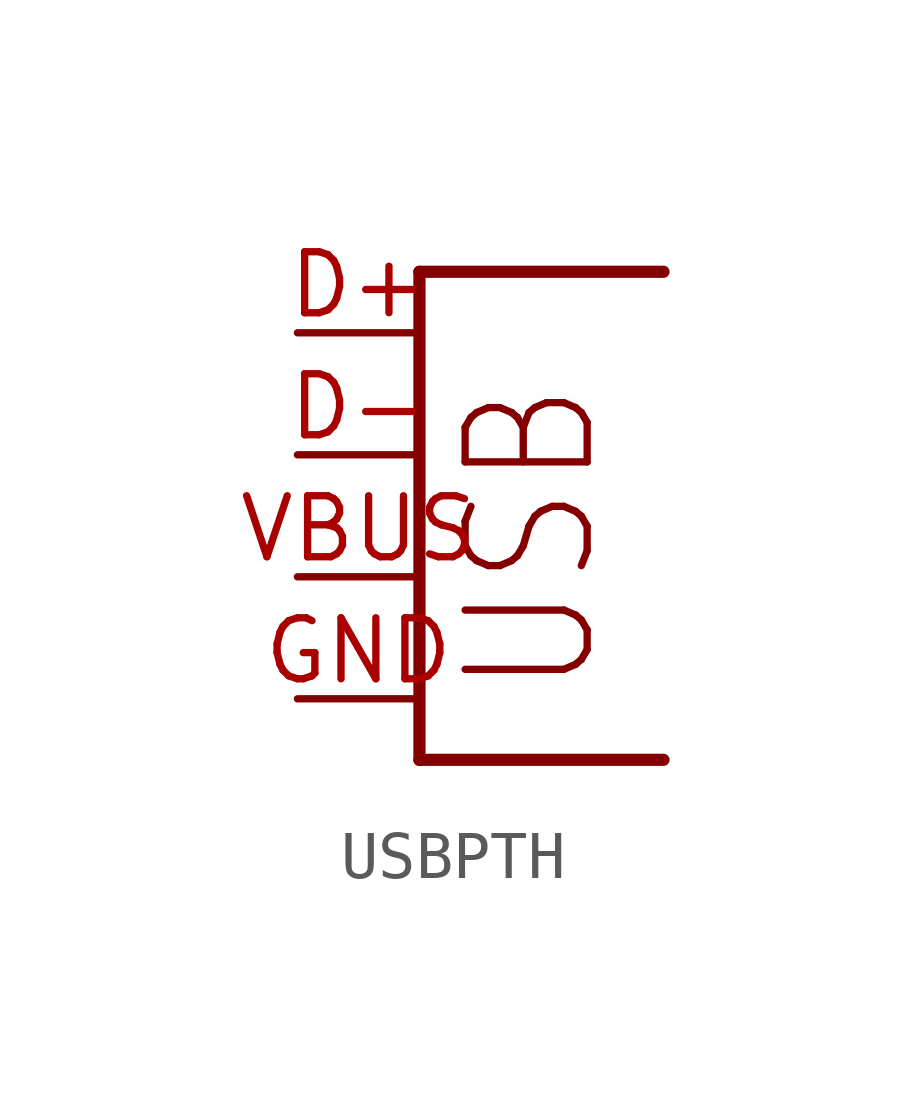
<source format=kicad_sym>
(kicad_symbol_lib
  (version 20231120)
  (generator "kicad_symbol_editor")
  (generator_version "8.0")
  (symbol "USBPTH"
    (property "Reference" "JP"
      (at 0 0 0)
      (effects (font (size 1.27 1.27)) (hide yes)))
    (property "ki_locked" ""
      (at 0 0 0)
      (effects (font (size 1.27 1.27))))
    (symbol "USBPTH_1_0"
      (polyline (pts (xy 0 -1.27) (xy 5.08 -1.27)) (stroke (width 0.254) (type solid)) (fill (type none)))
      (polyline (pts (xy 0 8.89) (xy 0 -1.27)) (stroke (width 0.254) (type solid)) (fill (type none)))
      (polyline (pts (xy 5.08 8.89) (xy 0 8.89)) (stroke (width 0.254) (type solid)) (fill (type none)))
      (text "USB" (at 3.81 0 900) (effects (font (size 2.54 2.159)) (justify left bottom)))
      (pin bidirectional line (at -2.54 7.62 0) (length 2.54) (name "D+" (effects (font (size 0 0)))) (number "D+" (effects (font (size 1.27 1.27)))))
      (pin bidirectional line (at -2.54 5.08 0) (length 2.54) (name "D-" (effects (font (size 0 0)))) (number "D-" (effects (font (size 1.27 1.27)))))
      (pin bidirectional line (at -2.54 0 0) (length 2.54) (name "GND" (effects (font (size 0 0)))) (number "GND" (effects (font (size 1.27 1.27)))))
      (pin bidirectional line (at -2.54 2.54 0) (length 2.54) (name "VBUS" (effects (font (size 0 0)))) (number "VBUS" (effects (font (size 1.27 1.27))))))))
</source>
